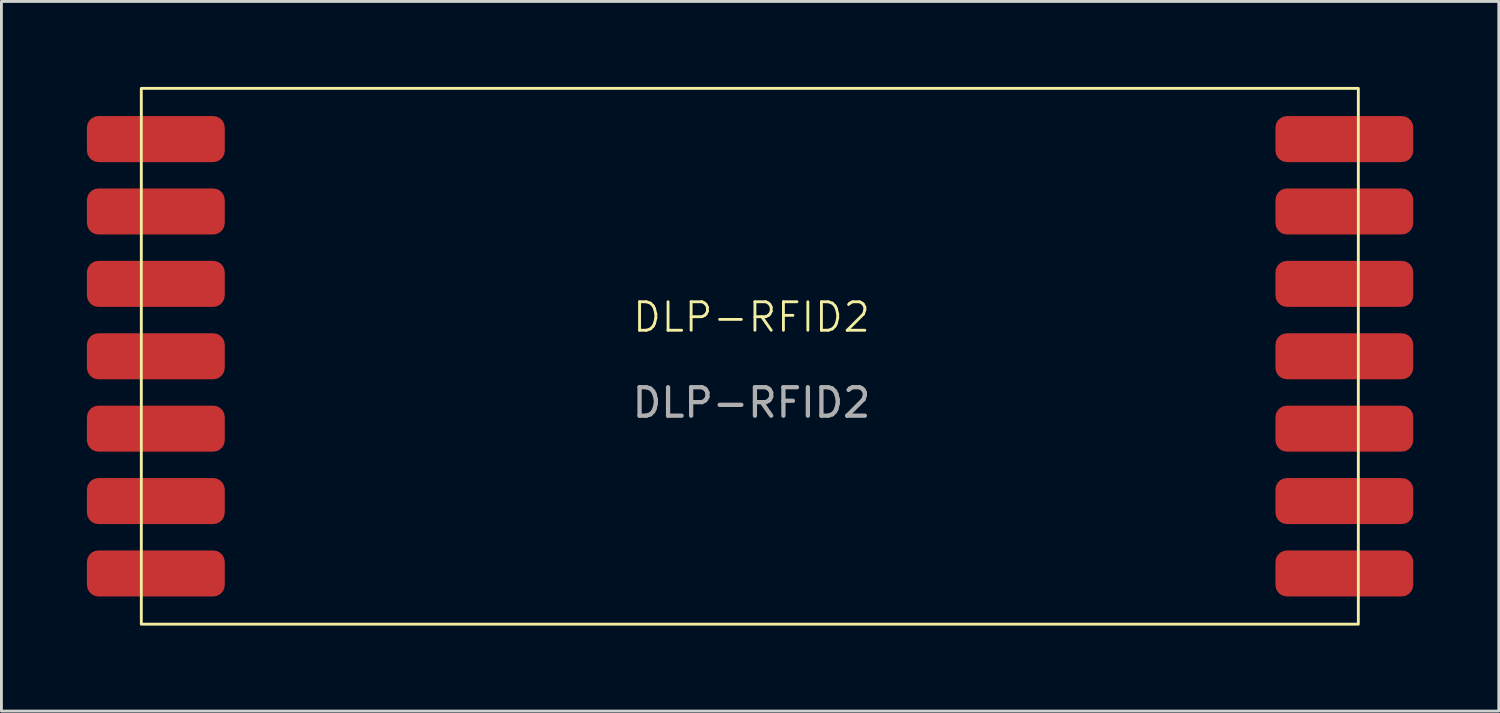
<source format=kicad_pcb>
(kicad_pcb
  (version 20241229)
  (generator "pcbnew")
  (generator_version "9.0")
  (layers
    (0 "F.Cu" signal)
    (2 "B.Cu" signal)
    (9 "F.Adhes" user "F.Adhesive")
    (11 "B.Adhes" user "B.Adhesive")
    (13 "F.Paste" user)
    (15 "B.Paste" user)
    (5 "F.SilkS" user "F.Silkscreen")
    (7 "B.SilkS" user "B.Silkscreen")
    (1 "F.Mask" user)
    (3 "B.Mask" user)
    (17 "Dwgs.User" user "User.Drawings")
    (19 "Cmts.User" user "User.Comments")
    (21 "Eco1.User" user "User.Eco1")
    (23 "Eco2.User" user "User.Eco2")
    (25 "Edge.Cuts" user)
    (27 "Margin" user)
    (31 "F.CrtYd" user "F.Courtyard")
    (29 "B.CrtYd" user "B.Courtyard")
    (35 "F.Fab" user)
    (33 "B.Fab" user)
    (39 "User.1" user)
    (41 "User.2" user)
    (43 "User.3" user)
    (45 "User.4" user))
  (footprint "DLP-RFID2"
    (layer "F.Cu")
    (at 23.318 8.58)
    (property "Reference" "DLP-RFID2" (at 0 -0.5 0) (unlocked yes) (layer "F.SilkS") (effects (font (size 1 1) (thickness 0.1))))
    (attr smd)
    (fp_rect (start -21.41 -8.53) (end 21.29 10.27) (stroke (width 0.1) (type default)) (fill no) (layer "F.SilkS"))
    (fp_text user "${REFERENCE}" (at 0 2.5 0) (unlocked yes) (layer "F.Fab") (effects (font (size 1 1) (thickness 0.15))))
    (pad "1" smd roundrect (at -20.9 -6.75) (size 4.836 1.615) (layers "F.Cu" "F.Mask" "F.Paste") (roundrect_rratio 0.25))
    (pad "2" smd roundrect (at -20.9 -4.21) (size 4.836 1.615) (layers "F.Cu" "F.Mask" "F.Paste") (roundrect_rratio 0.25))
    (pad "3" smd roundrect (at -20.9 -1.67) (size 4.836 1.615) (layers "F.Cu" "F.Mask" "F.Paste") (roundrect_rratio 0.25))
    (pad "4" smd roundrect (at -20.9 0.87) (size 4.836 1.615) (layers "F.Cu" "F.Mask" "F.Paste") (roundrect_rratio 0.25))
    (pad "5" smd roundrect (at -20.9 3.41) (size 4.836 1.615) (layers "F.Cu" "F.Mask" "F.Paste") (roundrect_rratio 0.25))
    (pad "6" smd roundrect (at -20.9 5.95) (size 4.836 1.615) (layers "F.Cu" "F.Mask" "F.Paste") (roundrect_rratio 0.25))
    (pad "7" smd roundrect (at -20.9 8.49) (size 4.836 1.615) (layers "F.Cu" "F.Mask" "F.Paste") (roundrect_rratio 0.25))
    (pad "8" smd roundrect (at 20.8 8.49) (size 4.836 1.615) (layers "F.Cu" "F.Mask" "F.Paste") (roundrect_rratio 0.25))
    (pad "9" smd roundrect (at 20.8 5.95) (size 4.836 1.615) (layers "F.Cu" "F.Mask" "F.Paste") (roundrect_rratio 0.25))
    (pad "10" smd roundrect (at 20.8 3.41) (size 4.836 1.615) (layers "F.Cu" "F.Mask" "F.Paste") (roundrect_rratio 0.25))
    (pad "11" smd roundrect (at 20.8 0.87) (size 4.836 1.615) (layers "F.Cu" "F.Mask" "F.Paste") (roundrect_rratio 0.25))
    (pad "12" smd roundrect (at 20.8 -1.67) (size 4.836 1.615) (layers "F.Cu" "F.Mask" "F.Paste") (roundrect_rratio 0.25))
    (pad "13" smd roundrect (at 20.8 -4.21) (size 4.836 1.615) (layers "F.Cu" "F.Mask" "F.Paste") (roundrect_rratio 0.25))
    (pad "14" smd roundrect (at 20.8 -6.75) (size 4.836 1.615) (layers "F.Cu" "F.Mask" "F.Paste") (roundrect_rratio 0.25)))
  (gr_rect
    (start -3 -3)
    (end 49.536 21.9)
    (stroke (width 0.1) (type default))
    (fill no)
    (layer "Edge.Cuts")))
</source>
